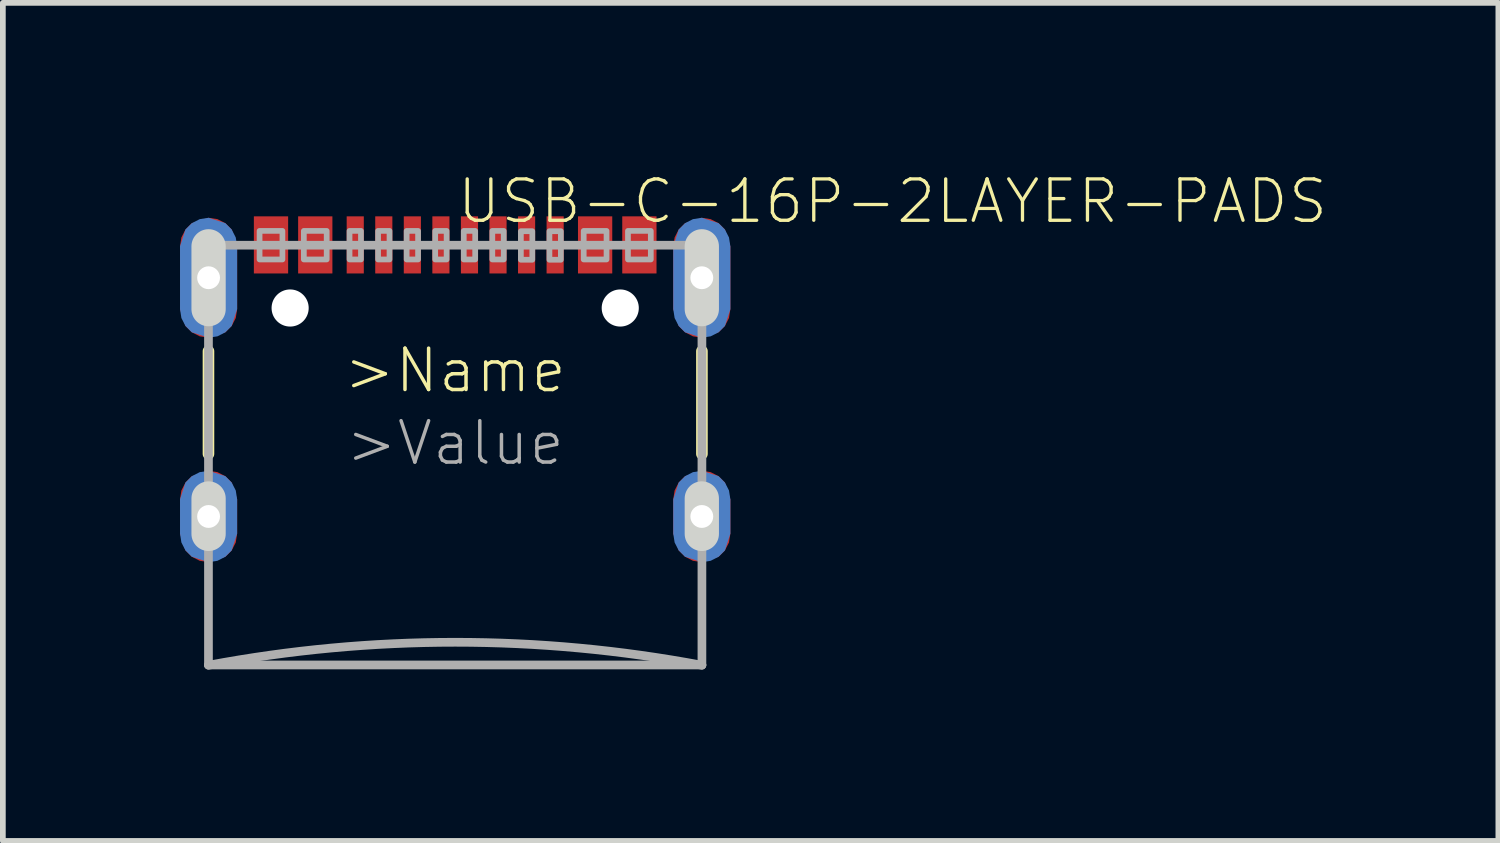
<source format=kicad_pcb>
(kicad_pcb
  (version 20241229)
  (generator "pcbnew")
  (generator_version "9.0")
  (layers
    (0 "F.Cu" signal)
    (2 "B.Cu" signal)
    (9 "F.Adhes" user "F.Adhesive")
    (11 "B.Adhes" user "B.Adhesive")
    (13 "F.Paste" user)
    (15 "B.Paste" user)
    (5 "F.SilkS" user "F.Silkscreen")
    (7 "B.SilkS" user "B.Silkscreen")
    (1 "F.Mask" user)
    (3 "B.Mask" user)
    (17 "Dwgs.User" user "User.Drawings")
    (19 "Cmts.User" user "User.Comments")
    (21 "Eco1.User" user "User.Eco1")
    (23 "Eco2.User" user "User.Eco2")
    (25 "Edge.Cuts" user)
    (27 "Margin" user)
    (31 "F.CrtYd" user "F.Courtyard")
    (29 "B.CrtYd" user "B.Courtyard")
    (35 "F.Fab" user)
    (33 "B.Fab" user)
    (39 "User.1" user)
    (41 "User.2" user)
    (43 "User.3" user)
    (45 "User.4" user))
  (footprint "USB-C-16P-2LAYER-PADS"
    (layer "F.Cu")
    (at 4.92 0.898)
    (property "Reference" "USB-C-16P-2LAYER-PADS" (at 0 0 0) (layer "F.SilkS") (effects (font (size 0.724 0.724) (thickness 0.058)) (justify left bottom)))
    (attr through_hole)
    (fp_poly (pts (xy -4.318 5.895) (xy -4.473 5.871) (xy -4.612 5.8) (xy -4.723 5.689) (xy -4.818 5.395) (xy -4.818 4.795) (xy -4.794 4.64) (xy -4.723 4.501) (xy -4.612 4.39) (xy -4.318 4.295) (xy -4.163 4.319) (xy -4.024 4.39) (xy -3.913 4.501) (xy -3.818 4.795) (xy -3.818 5.395) (xy -3.842 5.55) (xy -3.913 5.689) (xy -4.024 5.8)) (stroke (width 0) (type solid)) (fill yes) (layer "F.Cu"))
    (fp_poly (pts (xy -3.818 0.365) (xy -3.818 1.465) (xy -3.842 1.62) (xy -3.913 1.759) (xy -4.024 1.87) (xy -4.318 1.965) (xy -4.473 1.941) (xy -4.612 1.87) (xy -4.723 1.759) (xy -4.818 1.465) (xy -4.818 0.365) (xy -4.794 0.21) (xy -4.723 0.071) (xy -4.612 -0.04) (xy -4.318 -0.135) (xy -4.163 -0.111) (xy -4.024 -0.04) (xy -3.913 0.071)) (stroke (width 0) (type solid)) (fill yes) (layer "F.Cu"))
    (fp_poly (pts (xy 4.818 0.365) (xy 4.818 1.465) (xy 4.794 1.62) (xy 4.723 1.759) (xy 4.612 1.87) (xy 4.318 1.965) (xy 4.163 1.941) (xy 4.024 1.87) (xy 3.913 1.759) (xy 3.818 1.465) (xy 3.818 0.365) (xy 3.842 0.21) (xy 3.913 0.071) (xy 4.024 -0.04) (xy 4.318 -0.135) (xy 4.473 -0.111) (xy 4.612 -0.04) (xy 4.723 0.071)) (stroke (width 0) (type solid)) (fill yes) (layer "F.Cu"))
    (fp_poly (pts (xy 4.818 4.795) (xy 4.818 5.395) (xy 4.794 5.55) (xy 4.723 5.689) (xy 4.612 5.8) (xy 4.318 5.895) (xy 4.163 5.871) (xy 4.024 5.8) (xy 3.913 5.689) (xy 3.818 5.395) (xy 3.818 4.795) (xy 3.842 4.64) (xy 3.913 4.501) (xy 4.024 4.39) (xy 4.318 4.295) (xy 4.473 4.319) (xy 4.612 4.39) (xy 4.723 4.501)) (stroke (width 0) (type solid)) (fill yes) (layer "F.Cu"))
    (fp_poly (pts (xy -4.92 1.52) (xy -4.92 0.32) (xy -4.885 0.143) (xy -4.796 -0.015) (xy -4.664 -0.138) (xy -4.32 -0.235) (xy -4.14 -0.214) (xy -3.976 -0.138) (xy -3.844 -0.015) (xy -3.755 0.143) (xy -3.72 0.32) (xy -3.72 1.52) (xy -3.757 1.696) (xy -3.846 1.851) (xy -3.978 1.972) (xy -4.32 2.065) (xy -4.498 2.045) (xy -4.662 1.972) (xy -4.794 1.851)) (stroke (width 0) (type solid)) (fill yes) (layer "F.Mask"))
    (fp_poly (pts (xy -4.92 5.4) (xy -4.92 4.8) (xy -4.891 4.614) (xy -4.806 4.445) (xy -4.674 4.312) (xy -4.506 4.225) (xy -4.32 4.195) (xy -4.134 4.225) (xy -3.966 4.312) (xy -3.834 4.445) (xy -3.72 4.8) (xy -3.72 5.4) (xy -3.75 5.585) (xy -3.836 5.751) (xy -3.968 5.882) (xy -4.32 5.995) (xy -4.505 5.967) (xy -4.672 5.882) (xy -4.804 5.751)) (stroke (width 0) (type solid)) (fill yes) (layer "F.Mask"))
    (fp_poly (pts (xy 3.72 1.52) (xy 3.72 0.32) (xy 3.755 0.143) (xy 3.844 -0.015) (xy 3.976 -0.138) (xy 4.32 -0.235) (xy 4.5 -0.214) (xy 4.664 -0.138) (xy 4.796 -0.015) (xy 4.885 0.143) (xy 4.92 0.32) (xy 4.92 1.52) (xy 4.883 1.696) (xy 4.794 1.851) (xy 4.662 1.972) (xy 4.32 2.065) (xy 4.142 2.045) (xy 3.978 1.972) (xy 3.846 1.851)) (stroke (width 0) (type solid)) (fill yes) (layer "F.Mask"))
    (fp_poly (pts (xy 3.72 5.4) (xy 3.72 4.8) (xy 3.749 4.614) (xy 3.834 4.445) (xy 3.966 4.312) (xy 4.134 4.225) (xy 4.32 4.195) (xy 4.506 4.225) (xy 4.674 4.312) (xy 4.806 4.445) (xy 4.92 4.8) (xy 4.92 5.4) (xy 4.89 5.585) (xy 4.804 5.751) (xy 4.672 5.882) (xy 4.32 5.995) (xy 4.135 5.967) (xy 3.968 5.882) (xy 3.836 5.751)) (stroke (width 0) (type solid)) (fill yes) (layer "F.Mask"))
    (fp_poly (pts (xy -4.818 0.365) (xy -4.818 1.465) (xy -4.794 1.62) (xy -4.723 1.759) (xy -4.612 1.87) (xy -4.318 1.965) (xy -4.163 1.941) (xy -4.024 1.87) (xy -3.913 1.759) (xy -3.818 1.465) (xy -3.818 0.365) (xy -3.842 0.21) (xy -3.913 0.071) (xy -4.024 -0.04) (xy -4.318 -0.135) (xy -4.473 -0.111) (xy -4.612 -0.04) (xy -4.723 0.071)) (stroke (width 0) (type solid)) (fill yes) (layer "B.Cu"))
    (fp_poly (pts (xy -4.818 4.795) (xy -4.818 5.395) (xy -4.794 5.55) (xy -4.723 5.689) (xy -4.612 5.8) (xy -4.318 5.895) (xy -4.163 5.871) (xy -4.024 5.8) (xy -3.913 5.689) (xy -3.818 5.395) (xy -3.818 4.795) (xy -3.842 4.64) (xy -3.913 4.501) (xy -4.024 4.39) (xy -4.318 4.295) (xy -4.473 4.319) (xy -4.612 4.39) (xy -4.723 4.501)) (stroke (width 0) (type solid)) (fill yes) (layer "B.Cu"))
    (fp_poly (pts (xy 3.818 0.365) (xy 3.818 1.465) (xy 3.842 1.62) (xy 3.913 1.759) (xy 4.024 1.87) (xy 4.318 1.965) (xy 4.473 1.941) (xy 4.612 1.87) (xy 4.723 1.759) (xy 4.818 1.465) (xy 4.818 0.365) (xy 4.794 0.21) (xy 4.723 0.071) (xy 4.612 -0.04) (xy 4.318 -0.135) (xy 4.163 -0.111) (xy 4.024 -0.04) (xy 3.913 0.071)) (stroke (width 0) (type solid)) (fill yes) (layer "B.Cu"))
    (fp_poly (pts (xy 4.318 5.895) (xy 4.473 5.871) (xy 4.612 5.8) (xy 4.723 5.689) (xy 4.818 5.395) (xy 4.818 4.795) (xy 4.794 4.64) (xy 4.723 4.501) (xy 4.612 4.39) (xy 4.318 4.295) (xy 4.163 4.319) (xy 4.024 4.39) (xy 3.913 4.501) (xy 3.818 4.795) (xy 3.818 5.395) (xy 3.842 5.55) (xy 3.913 5.689) (xy 4.024 5.8)) (stroke (width 0) (type solid)) (fill yes) (layer "B.Cu"))
    (fp_line (start -4.32 2.2) (end -4.32 4) (stroke (width 0.203) (type solid)) (layer "F.SilkS"))
    (fp_line (start 4.32 2.2) (end 4.32 4) (stroke (width 0.203) (type solid)) (layer "F.SilkS"))
    (fp_poly (pts (xy -4.82 1.52) (xy -4.82 0.32) (xy -4.784 0.14) (xy -4.682 -0.012) (xy -4.35 -0.15) (xy -4.194 -0.135) (xy -4.05 -0.072) (xy -3.933 0.032) (xy -3.82 0.32) (xy -3.82 1.52) (xy -3.876 1.7) (xy -3.996 1.845) (xy -4.35 1.95) (xy -4.524 1.923) (xy -4.674 1.832)) (stroke (width 0) (type solid)) (fill yes) (layer "F.Paste"))
    (fp_poly (pts (xy -4.82 5.4) (xy -4.82 4.8) (xy -4.792 4.643) (xy -4.717 4.502) (xy -4.602 4.392) (xy -4.3 4.3) (xy -4.113 4.341) (xy -3.956 4.451) (xy -3.82 4.8) (xy -3.82 5.4) (xy -3.853 5.588) (xy -3.956 5.749) (xy -4.3 5.9) (xy -4.458 5.878) (xy -4.602 5.808) (xy -4.717 5.698)) (stroke (width 0) (type solid)) (fill yes) (layer "F.Paste"))
    (fp_poly (pts (xy 3.82 1.57) (xy 3.82 0.37) (xy 3.838 0.215) (xy 3.904 0.072) (xy 4.01 -0.043) (xy 4.146 -0.119) (xy 4.3 -0.15) (xy 4.454 -0.133) (xy 4.596 -0.07) (xy 4.711 0.034) (xy 4.82 0.32) (xy 4.82 1.52) (xy 4.767 1.698) (xy 4.649 1.843) (xy 4.3 1.95) (xy 4.132 1.936) (xy 3.981 1.859)) (stroke (width 0) (type solid)) (fill yes) (layer "F.Paste"))
    (fp_poly (pts (xy 3.82 5.45) (xy 3.82 4.85) (xy 3.834 4.689) (xy 3.898 4.541) (xy 4.004 4.419) (xy 4.3 4.3) (xy 4.458 4.322) (xy 4.602 4.392) (xy 4.717 4.502) (xy 4.82 4.8) (xy 4.82 5.4) (xy 4.789 5.587) (xy 4.689 5.747) (xy 4.35 5.9) (xy 4.197 5.888) (xy 4.054 5.83) (xy 3.937 5.73)) (stroke (width 0) (type solid)) (fill yes) (layer "F.Paste"))
    (fp_line (start -4.318 0.365) (end -4.318 1.465) (stroke (width 0.6) (type solid)) (layer "Edge.Cuts"))
    (fp_line (start -4.318 4.78) (end -4.318 5.4) (stroke (width 0.6) (type solid)) (layer "Edge.Cuts"))
    (fp_line (start 4.318 0.365) (end 4.318 1.465) (stroke (width 0.6) (type solid)) (layer "Edge.Cuts"))
    (fp_line (start 4.318 4.78) (end 4.318 5.4) (stroke (width 0.6) (type solid)) (layer "Edge.Cuts"))
    (fp_line (start -4.32 0.345) (end -4.32 1.965) (stroke (width 0.01) (type solid)) (layer "F.Fab"))
    (fp_line (start -4.32 0.345) (end 4.32 0.345) (stroke (width 0.152) (type solid)) (layer "F.Fab"))
    (fp_line (start -4.32 4.295) (end -4.32 5.895) (stroke (width 0.01) (type solid)) (layer "F.Fab"))
    (fp_line (start -4.32 7.695) (end -4.32 0.345) (stroke (width 0.152) (type solid)) (layer "F.Fab"))
    (fp_line (start -4.32 7.695) (end 4.32 7.695) (stroke (width 0.152) (type solid)) (layer "F.Fab"))
    (fp_line (start 4.32 0.345) (end 4.32 1.965) (stroke (width 0.01) (type solid)) (layer "F.Fab"))
    (fp_line (start 4.32 0.345) (end 4.32 7.695) (stroke (width 0.152) (type solid)) (layer "F.Fab"))
    (fp_line (start 4.32 4.295) (end 4.32 5.895) (stroke (width 0.01) (type solid)) (layer "F.Fab"))
    (fp_arc (start -4.32 7.7) (mid 0 7.297675) (end 4.32 7.7) (stroke (width 0.1524) (type solid)) (layer "F.Fab"))
    (fp_poly (pts (xy -3.425 0.595) (xy -3.025 0.595) (xy -3.025 0.095) (xy -3.425 0.095)) (stroke (width 0.1) (type solid)) (fill no) (layer "F.Fab"))
    (fp_poly (pts (xy -2.65 0.595) (xy -2.25 0.595) (xy -2.25 0.095) (xy -2.65 0.095)) (stroke (width 0.1) (type solid)) (fill no) (layer "F.Fab"))
    (fp_poly (pts (xy -1.85 0.595) (xy -1.65 0.595) (xy -1.65 0.095) (xy -1.85 0.095)) (stroke (width 0.1) (type solid)) (fill no) (layer "F.Fab"))
    (fp_poly (pts (xy -1.35 0.595) (xy -1.15 0.595) (xy -1.15 0.095) (xy -1.35 0.095)) (stroke (width 0.1) (type solid)) (fill no) (layer "F.Fab"))
    (fp_poly (pts (xy -0.85 0.595) (xy -0.65 0.595) (xy -0.65 0.095) (xy -0.85 0.095)) (stroke (width 0.1) (type solid)) (fill no) (layer "F.Fab"))
    (fp_poly (pts (xy -0.35 0.595) (xy -0.15 0.595) (xy -0.15 0.095) (xy -0.35 0.095)) (stroke (width 0.1) (type solid)) (fill no) (layer "F.Fab"))
    (fp_poly (pts (xy 0.15 0.595) (xy 0.35 0.595) (xy 0.35 0.095) (xy 0.15 0.095)) (stroke (width 0.1) (type solid)) (fill no) (layer "F.Fab"))
    (fp_poly (pts (xy 0.65 0.595) (xy 0.85 0.595) (xy 0.85 0.095) (xy 0.65 0.095)) (stroke (width 0.1) (type solid)) (fill no) (layer "F.Fab"))
    (fp_poly (pts (xy 1.15 0.6) (xy 1.35 0.6) (xy 1.35 0.1) (xy 1.15 0.1)) (stroke (width 0.1) (type solid)) (fill no) (layer "F.Fab"))
    (fp_poly (pts (xy 1.65 0.6) (xy 1.85 0.6) (xy 1.85 0.1) (xy 1.65 0.1)) (stroke (width 0.1) (type solid)) (fill no) (layer "F.Fab"))
    (fp_poly (pts (xy 2.25 0.595) (xy 2.65 0.595) (xy 2.65 0.095) (xy 2.25 0.095)) (stroke (width 0.1) (type solid)) (fill no) (layer "F.Fab"))
    (fp_poly (pts (xy 3.025 0.595) (xy 3.425 0.595) (xy 3.425 0.095) (xy 3.025 0.095)) (stroke (width 0.1) (type solid)) (fill no) (layer "F.Fab"))
    (fp_text user ">Name" (at 0 2.54 0) (layer "F.SilkS") (effects (font (size 0.724 0.724) (thickness 0.061))))
    (fp_text user ">Value" (at 0 3.81 0) (layer "F.Fab") (effects (font (size 0.724 0.724) (thickness 0.061))))
    (pad "" np_thru_hole circle (at -2.89 1.445) (size 0.65 0.65) (drill 0.65) (layers "*.Cu" "*.Mask"))
    (pad "" np_thru_hole circle (at 2.89 1.445) (size 0.65 0.65) (drill 0.65) (layers "*.Cu" "*.Mask"))
    (pad "A5" smd rect (at -1.25 0.34 180) (size 0.3 1) (layers "F.Cu" "F.Mask" "F.Paste"))
    (pad "A6" smd rect (at -0.25 0.34 180) (size 0.3 1) (layers "F.Cu" "F.Mask" "F.Paste"))
    (pad "A7" smd rect (at 0.25 0.34) (size 0.3 1) (layers "F.Cu" "F.Mask" "F.Paste"))
    (pad "A8" smd rect (at 1.25 0.34) (size 0.3 1) (layers "F.Cu" "F.Mask" "F.Paste"))
    (pad "B5" smd rect (at 1.75 0.34) (size 0.3 1) (layers "F.Cu" "F.Mask" "F.Paste"))
    (pad "B6" smd rect (at 0.75 0.34) (size 0.3 1) (layers "F.Cu" "F.Mask" "F.Paste"))
    (pad "B7" smd rect (at -0.75 0.34 180) (size 0.3 1) (layers "F.Cu" "F.Mask" "F.Paste"))
    (pad "B8" smd rect (at -1.75 0.34 180) (size 0.3 1) (layers "F.Cu" "F.Mask" "F.Paste"))
    (pad "GND" smd rect (at -3.225 0.34 180) (size 0.6 1) (layers "F.Cu" "F.Mask" "F.Paste"))
    (pad "GND2" smd rect (at 3.225 0.34) (size 0.6 1) (layers "F.Cu" "F.Mask" "F.Paste"))
    (pad "SHLD1" thru_hole oval (at -4.318 0.915 90) (size 1.2 0.6) (drill 0.4) (layers "*.Cu" "*.Mask"))
    (pad "SHLD2" thru_hole oval (at 4.318 0.915 90) (size 1.2 0.6) (drill 0.4) (layers "*.Cu" "*.Mask"))
    (pad "SHLD3" thru_hole oval (at -4.318 5.095 90) (size 1.2 0.6) (drill 0.4) (layers "*.Cu" "*.Mask"))
    (pad "SHLD4" thru_hole oval (at 4.318 5.095 90) (size 1.2 0.6) (drill 0.4) (layers "*.Cu" "*.Mask"))
    (pad "VBUS1" smd rect (at -2.45 0.34 180) (size 0.6 1) (layers "F.Cu" "F.Mask" "F.Paste"))
    (pad "VBUS2" smd rect (at 2.45 0.34) (size 0.6 1) (layers "F.Cu" "F.Mask" "F.Paste")))
  (gr_rect
    (start -3 -3)
    (end 23.185 11.674)
    (stroke (width 0.1) (type default))
    (fill no)
    (layer "Edge.Cuts")))
</source>
